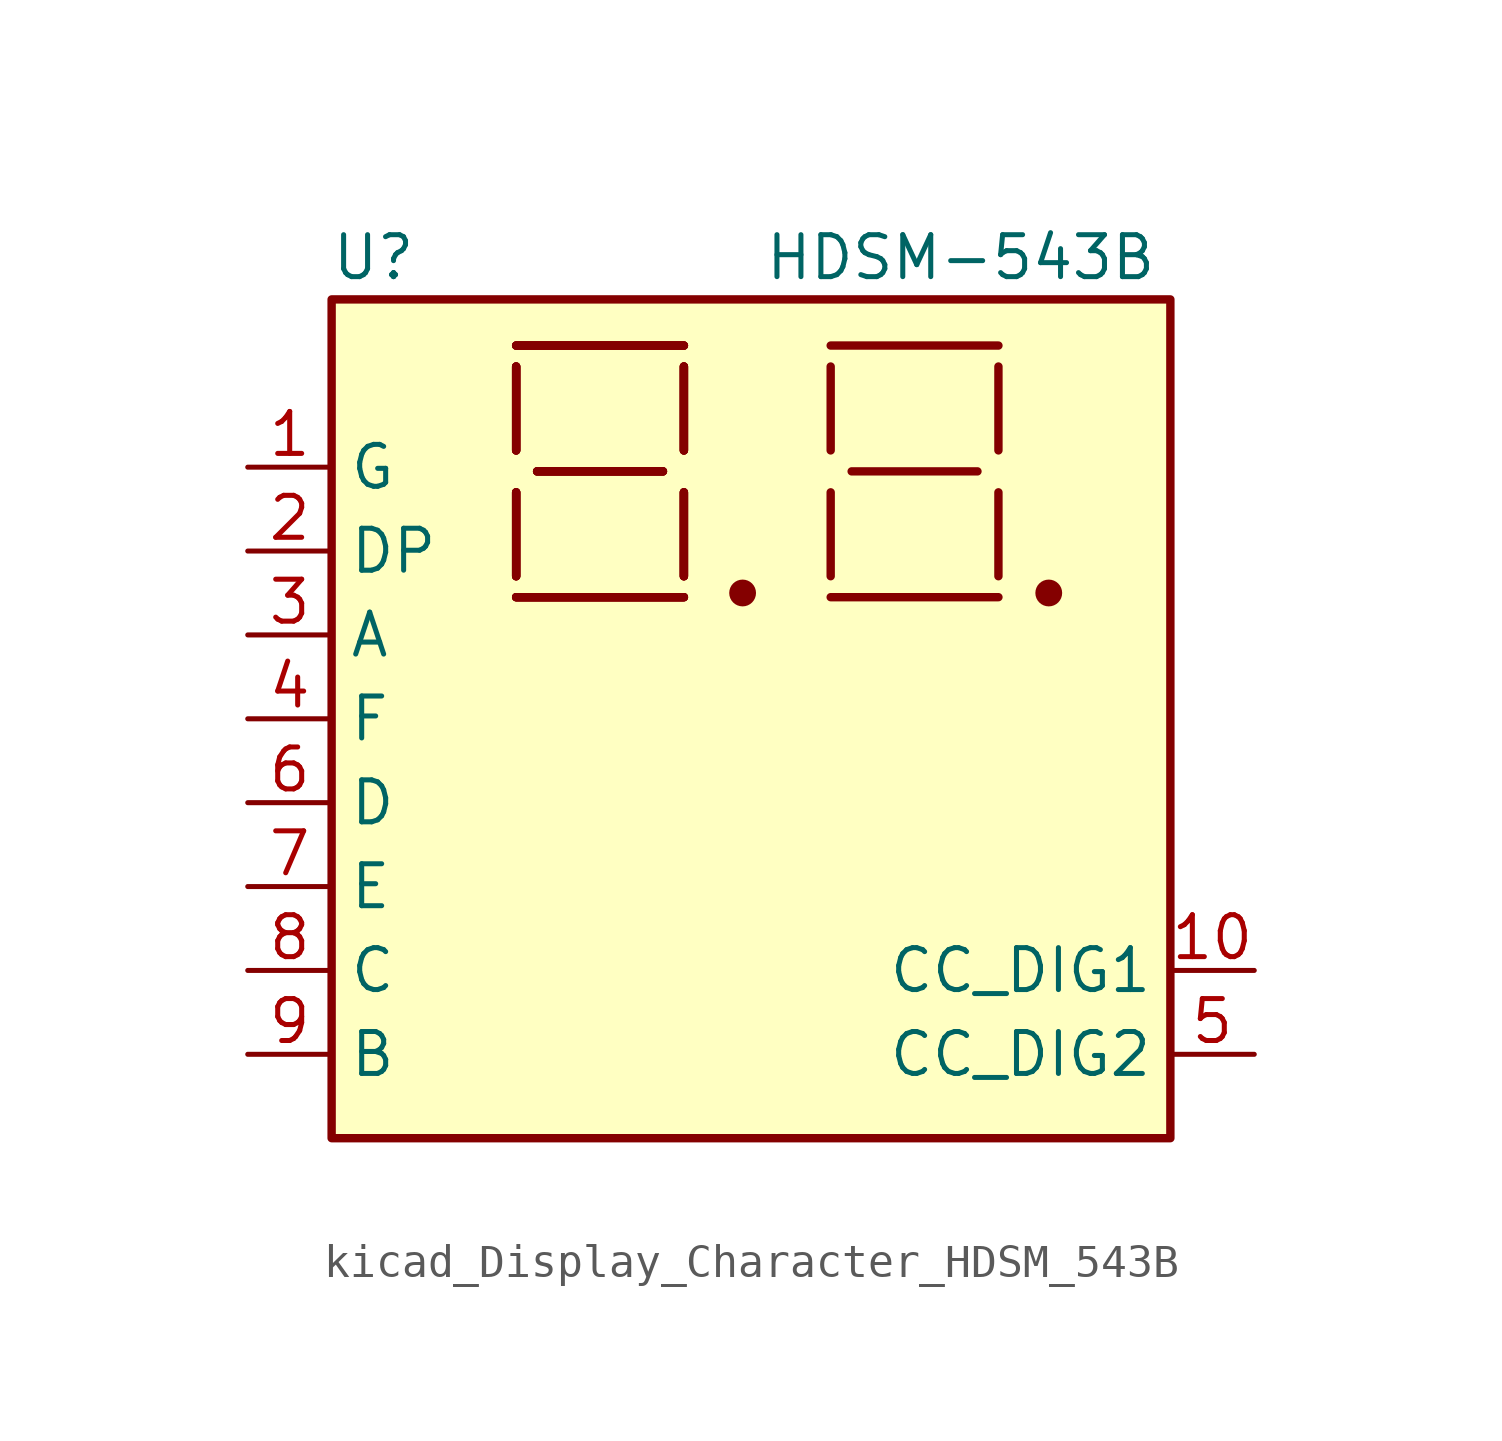
<source format=kicad_sym>
(kicad_symbol_lib
  (version 20220914)
  (generator kicad_symbol_editor)
  (symbol "kicad_Display_Character_HDSM_543B"
    (property "Reference" "U"
      (at -11.43 13.97 0)
      (effects (font (size 1.27 1.27))))
    (property "Value" "HDSM-543B"
      (at 6.35 13.97 0)
      (effects (font (size 1.27 1.27))))
    (symbol "kicad_Display_Character_HDSM_543B_0_1"
      (rectangle (start -12.7 12.7) (end 12.7 -12.7) (stroke (width 0.254) (type default)) (fill (type background)))
      (circle (center -0.254 3.81) (radius 0.279) (stroke (width 0.254) (type default)) (fill (type outline)))
      (polyline (pts (xy -7.112 3.683) (xy -2.032 3.683)) (stroke (width 0.254) (type default)) (fill (type none)))
      (polyline (pts (xy -7.112 3.683) (xy -2.032 3.683)) (stroke (width 0.254) (type default)) (fill (type none)))
      (polyline (pts (xy -7.112 3.683) (xy -2.032 3.683)) (stroke (width 0.254) (type default)) (fill (type none)))
      (polyline (pts (xy -7.112 3.683) (xy -2.032 3.683)) (stroke (width 0.254) (type default)) (fill (type none)))
      (polyline (pts (xy -7.112 4.318) (xy -7.112 6.858)) (stroke (width 0.254) (type default)) (fill (type none)))
      (polyline (pts (xy -7.112 4.318) (xy -7.112 6.858)) (stroke (width 0.254) (type default)) (fill (type none)))
      (polyline (pts (xy -7.112 4.318) (xy -7.112 6.858)) (stroke (width 0.254) (type default)) (fill (type none)))
      (polyline (pts (xy -7.112 4.318) (xy -7.112 6.858)) (stroke (width 0.254) (type default)) (fill (type none)))
      (polyline (pts (xy -7.112 8.128) (xy -7.112 10.668)) (stroke (width 0.254) (type default)) (fill (type none)))
      (polyline (pts (xy -7.112 8.128) (xy -7.112 10.668)) (stroke (width 0.254) (type default)) (fill (type none)))
      (polyline (pts (xy -7.112 8.128) (xy -7.112 10.668)) (stroke (width 0.254) (type default)) (fill (type none)))
      (polyline (pts (xy -7.112 8.128) (xy -7.112 10.668)) (stroke (width 0.254) (type default)) (fill (type none)))
      (polyline (pts (xy -7.112 11.303) (xy -2.032 11.303)) (stroke (width 0.254) (type default)) (fill (type none)))
      (polyline (pts (xy -7.112 11.303) (xy -2.032 11.303)) (stroke (width 0.254) (type default)) (fill (type none)))
      (polyline (pts (xy -7.112 11.303) (xy -2.032 11.303)) (stroke (width 0.254) (type default)) (fill (type none)))
      (polyline (pts (xy -7.112 11.303) (xy -2.032 11.303)) (stroke (width 0.254) (type default)) (fill (type none)))
      (polyline (pts (xy -6.477 7.493) (xy -2.667 7.493)) (stroke (width 0.254) (type default)) (fill (type none)))
      (polyline (pts (xy -6.477 7.493) (xy -2.667 7.493)) (stroke (width 0.254) (type default)) (fill (type none)))
      (polyline (pts (xy -6.477 7.493) (xy -2.667 7.493)) (stroke (width 0.254) (type default)) (fill (type none)))
      (polyline (pts (xy -6.477 7.493) (xy -2.667 7.493)) (stroke (width 0.254) (type default)) (fill (type none)))
      (polyline (pts (xy -2.032 4.318) (xy -2.032 6.858)) (stroke (width 0.254) (type default)) (fill (type none)))
      (polyline (pts (xy -2.032 4.318) (xy -2.032 6.858)) (stroke (width 0.254) (type default)) (fill (type none)))
      (polyline (pts (xy -2.032 4.318) (xy -2.032 6.858)) (stroke (width 0.254) (type default)) (fill (type none)))
      (polyline (pts (xy -2.032 4.318) (xy -2.032 6.858)) (stroke (width 0.254) (type default)) (fill (type none)))
      (polyline (pts (xy -2.032 10.668) (xy -2.032 8.128)) (stroke (width 0.254) (type default)) (fill (type none)))
      (polyline (pts (xy -2.032 10.668) (xy -2.032 8.128)) (stroke (width 0.254) (type default)) (fill (type none)))
      (polyline (pts (xy -2.032 10.668) (xy -2.032 8.128)) (stroke (width 0.254) (type default)) (fill (type none)))
      (polyline (pts (xy -2.032 10.668) (xy -2.032 8.128)) (stroke (width 0.254) (type default)) (fill (type none)))
      (polyline (pts (xy 2.413 3.683) (xy 7.493 3.683)) (stroke (width 0.254) (type default)) (fill (type none)))
      (polyline (pts (xy 2.413 4.318) (xy 2.413 6.858)) (stroke (width 0.254) (type default)) (fill (type none)))
      (polyline (pts (xy 2.413 8.128) (xy 2.413 10.668)) (stroke (width 0.254) (type default)) (fill (type none)))
      (polyline (pts (xy 2.413 11.303) (xy 7.493 11.303)) (stroke (width 0.254) (type default)) (fill (type none)))
      (polyline (pts (xy 3.048 7.493) (xy 6.858 7.493)) (stroke (width 0.254) (type default)) (fill (type none)))
      (polyline (pts (xy 7.493 4.318) (xy 7.493 6.858)) (stroke (width 0.254) (type default)) (fill (type none)))
      (polyline (pts (xy 7.493 8.128) (xy 7.493 10.668)) (stroke (width 0.254) (type default)) (fill (type none)))
      (circle (center 9.017 3.81) (radius 0.279) (stroke (width 0.254) (type default)) (fill (type outline))))
    (symbol "kicad_Display_Character_HDSM_543B_1_1"
      (pin input line (at -15.24 7.62 0) (length 2.54) (name "G" (effects (font (size 1.27 1.27)))) (number "1" (effects (font (size 1.27 1.27)))))
      (pin input line (at 15.24 -7.62 180) (length 2.54) (name "CC_DIG1" (effects (font (size 1.27 1.27)))) (number "10" (effects (font (size 1.27 1.27)))))
      (pin input line (at -15.24 5.08 0) (length 2.54) (name "DP" (effects (font (size 1.27 1.27)))) (number "2" (effects (font (size 1.27 1.27)))))
      (pin input line (at -15.24 2.54 0) (length 2.54) (name "A" (effects (font (size 1.27 1.27)))) (number "3" (effects (font (size 1.27 1.27)))))
      (pin input line (at -15.24 0 0) (length 2.54) (name "F" (effects (font (size 1.27 1.27)))) (number "4" (effects (font (size 1.27 1.27)))))
      (pin input line (at 15.24 -10.16 180) (length 2.54) (name "CC_DIG2" (effects (font (size 1.27 1.27)))) (number "5" (effects (font (size 1.27 1.27)))))
      (pin input line (at -15.24 -2.54 0) (length 2.54) (name "D" (effects (font (size 1.27 1.27)))) (number "6" (effects (font (size 1.27 1.27)))))
      (pin input line (at -15.24 -5.08 0) (length 2.54) (name "E" (effects (font (size 1.27 1.27)))) (number "7" (effects (font (size 1.27 1.27)))))
      (pin input line (at -15.24 -7.62 0) (length 2.54) (name "C" (effects (font (size 1.27 1.27)))) (number "8" (effects (font (size 1.27 1.27)))))
      (pin input line (at -15.24 -10.16 0) (length 2.54) (name "B" (effects (font (size 1.27 1.27)))) (number "9" (effects (font (size 1.27 1.27))))))))
</source>
